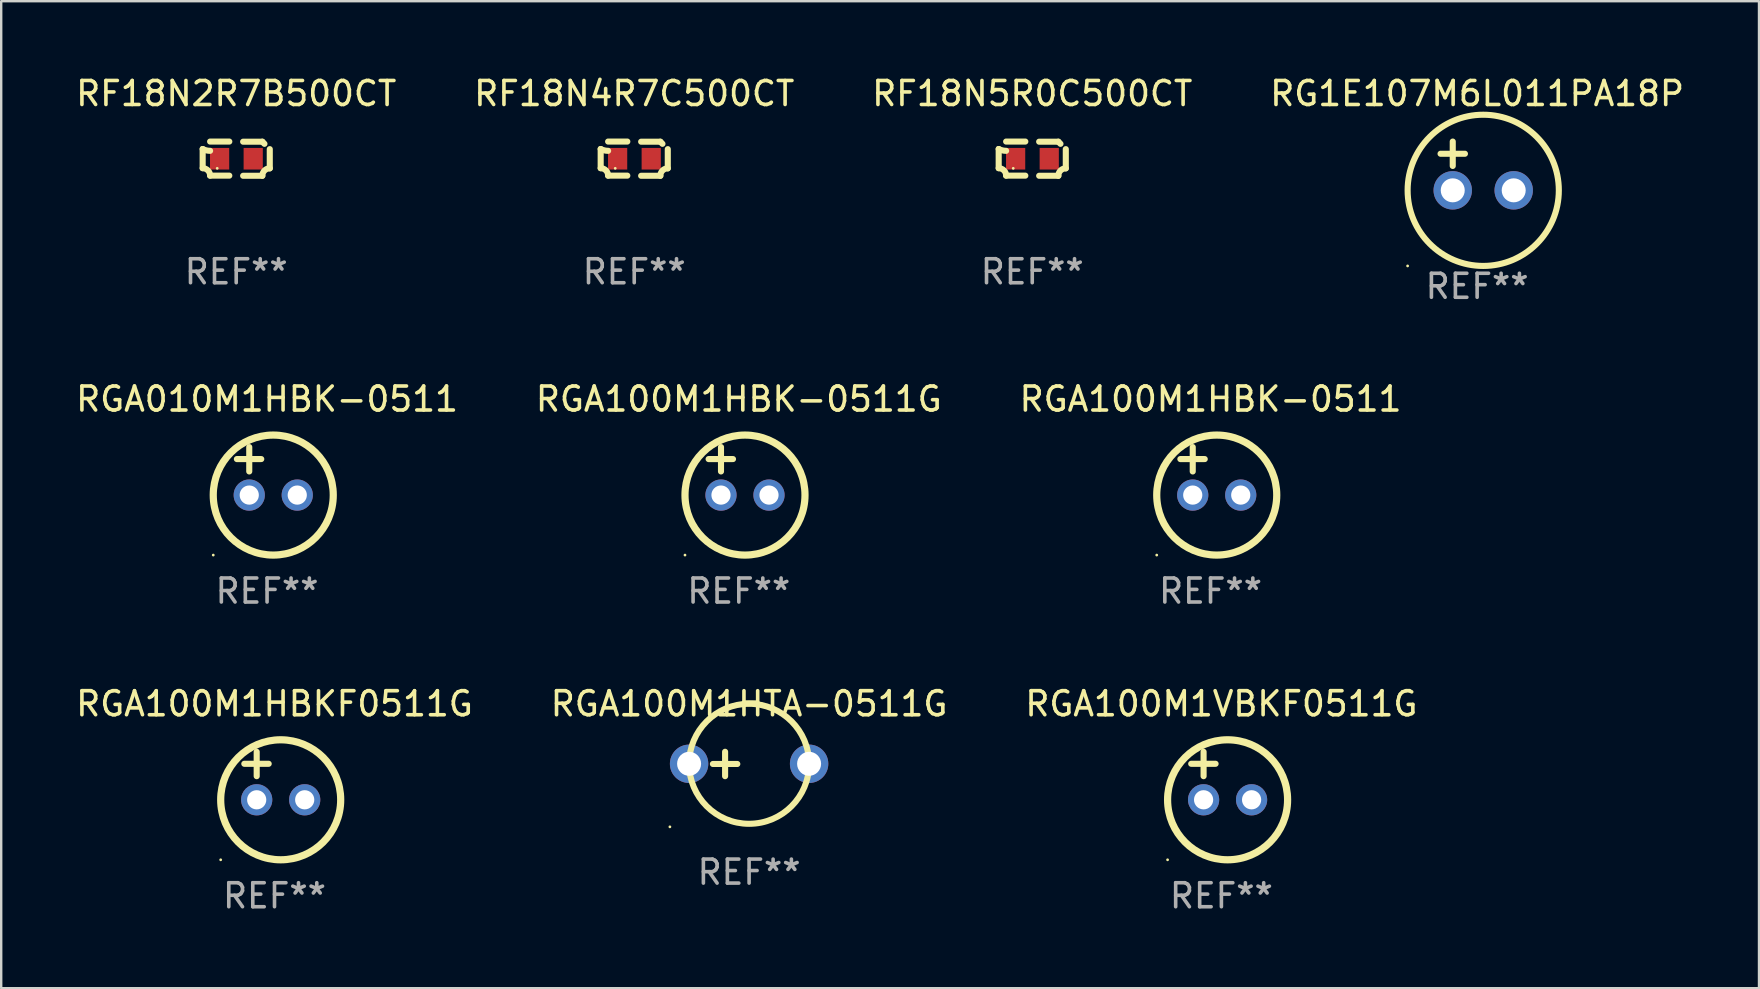
<source format=kicad_pcb>
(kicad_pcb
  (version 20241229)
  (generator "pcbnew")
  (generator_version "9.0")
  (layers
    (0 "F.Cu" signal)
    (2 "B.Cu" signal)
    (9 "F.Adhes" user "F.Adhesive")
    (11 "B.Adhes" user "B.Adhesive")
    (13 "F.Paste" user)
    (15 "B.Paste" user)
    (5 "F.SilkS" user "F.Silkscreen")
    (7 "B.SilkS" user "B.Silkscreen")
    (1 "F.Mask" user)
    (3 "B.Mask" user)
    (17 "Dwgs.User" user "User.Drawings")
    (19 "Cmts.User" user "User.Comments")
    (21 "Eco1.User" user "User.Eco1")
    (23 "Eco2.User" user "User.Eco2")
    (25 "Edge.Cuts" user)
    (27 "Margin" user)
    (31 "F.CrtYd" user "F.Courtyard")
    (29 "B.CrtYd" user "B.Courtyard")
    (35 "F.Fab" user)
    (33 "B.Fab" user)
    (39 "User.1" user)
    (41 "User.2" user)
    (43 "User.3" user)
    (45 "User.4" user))
  (footprint "RGA100M1HTA-0511G"
    (layer "F.Cu")
    (at 28.161 28.781)
    (property "Reference" "RGA100M1HTA-0511G" (at 0 -2.508 0) (layer "F.SilkS") (effects (font (size 1 1) (thickness 0.15))))
    (attr through_hole)
    (fp_line (start -1.508 0) (end -0.492 0) (stroke (width 0.254) (type solid)) (layer "F.SilkS"))
    (fp_line (start -1 -0.508) (end -1 0.508) (stroke (width 0.254) (type solid)) (layer "F.SilkS"))
    (fp_circle (center -3.3 2.619) (end -3.27 2.619) (stroke (width 0.06) (type solid)) (fill no) (layer "F.SilkS"))
    (fp_circle (center -0.000127 -0.008) (end 2.5 -0.008) (stroke (width 0.254) (type solid)) (fill no) (layer "F.SilkS"))
    (fp_text user "REF**" (at 0 4.508 0) (layer "F.Fab") (effects (font (size 1 1) (thickness 0.15))))
    (pad "1" thru_hole circle (at -2.5 -0.008) (size 1.6 1.6) (drill 1) (layers "*.Cu" "*.Mask"))
    (pad "2" thru_hole circle (at 2.5 -0.008) (size 1.6 1.6) (drill 1) (layers "*.Cu" "*.Mask")))
  (footprint "RGA100M1HBKF0511G"
    (layer "F.Cu")
    (at 8.387 29.273)
    (property "Reference" "RGA100M1HBKF0511G" (at 0 -3 0) (layer "F.SilkS") (effects (font (size 1 1) (thickness 0.15))))
    (attr through_hole)
    (fp_line (start -1.258 -0.5) (end -0.242 -0.5) (stroke (width 0.254) (type solid)) (layer "F.SilkS"))
    (fp_line (start -0.742 -1) (end -0.742 0.016) (stroke (width 0.254) (type solid)) (layer "F.SilkS"))
    (fp_circle (center -2.242 3.5) (end -2.212 3.5) (stroke (width 0.06) (type solid)) (fill no) (layer "F.SilkS"))
    (fp_circle (center 0.258 1) (end 2.758 1) (stroke (width 0.3) (type solid)) (fill no) (layer "F.SilkS"))
    (fp_text user "REF**" (at 0 5 0) (layer "F.Fab") (effects (font (size 1 1) (thickness 0.15))))
    (pad "1" thru_hole circle (at -0.742 1) (size 1.3 1.3) (drill 0.8) (layers "*.Cu" "*.Mask"))
    (pad "2" thru_hole circle (at 1.258 1) (size 1.3 1.3) (drill 0.8) (layers "*.Cu" "*.Mask")))
  (footprint "RGA100M1HBK-0511"
    (layer "F.Cu")
    (at 47.387 16.577)
    (property "Reference" "RGA100M1HBK-0511" (at 0 -3 0) (layer "F.SilkS") (effects (font (size 1 1) (thickness 0.15))))
    (attr through_hole)
    (fp_line (start -1.258 -0.5) (end -0.242 -0.5) (stroke (width 0.254) (type solid)) (layer "F.SilkS"))
    (fp_line (start -0.742 -1) (end -0.742 0.016) (stroke (width 0.254) (type solid)) (layer "F.SilkS"))
    (fp_circle (center -2.242 3.5) (end -2.212 3.5) (stroke (width 0.06) (type solid)) (fill no) (layer "F.SilkS"))
    (fp_circle (center 0.258 1) (end 2.758 1) (stroke (width 0.3) (type solid)) (fill no) (layer "F.SilkS"))
    (fp_text user "REF**" (at 0 5 0) (layer "F.Fab") (effects (font (size 1 1) (thickness 0.15))))
    (pad "1" thru_hole circle (at -0.742 1) (size 1.3 1.3) (drill 0.8) (layers "*.Cu" "*.Mask"))
    (pad "2" thru_hole circle (at 1.258 1) (size 1.3 1.3) (drill 0.8) (layers "*.Cu" "*.Mask")))
  (footprint "RF18N2R7B500CT"
    (layer "F.Cu")
    (at 6.792 3.561)
    (property "Reference" "RF18N2R7B500CT" (at 0 -2.713 0) (layer "F.SilkS") (effects (font (size 1 1) (thickness 0.15))))
    (attr through_hole)
    (fp_line (start -1.398 -0.403) (end -1.398 0.397) (stroke (width 0.254) (type solid)) (layer "F.SilkS"))
    (fp_line (start -0.288 -0.713) (end -1.088 -0.713) (stroke (width 0.254) (type solid)) (layer "F.SilkS"))
    (fp_line (start -0.288 0.707) (end -1.088 0.707) (stroke (width 0.254) (type solid)) (layer "F.SilkS"))
    (fp_line (start 0.288 -0.707) (end 1.088 -0.707) (stroke (width 0.254) (type solid)) (layer "F.SilkS"))
    (fp_line (start 0.288 0.713) (end 1.088 0.713) (stroke (width 0.254) (type solid)) (layer "F.SilkS"))
    (fp_line (start 1.398 -0.397) (end 1.398 0.403) (stroke (width 0.254) (type solid)) (layer "F.SilkS"))
    (fp_arc (start -1.397789 0.397066) (mid -1.178701 0.487826) (end -1.08796 0.706922) (stroke (width 0.254001) (type solid)) (layer "F.SilkS"))
    (fp_arc (start -1.08796 -0.327176) (mid -1.247436 -0.346384) (end -1.39779 -0.402908) (stroke (width 0.254001) (type solid)) (layer "F.SilkS"))
    (fp_arc (start 1.087909 0.712738) (mid 1.178656 0.493655) (end 1.397739 0.402908) (stroke (width 0.254001) (type solid)) (layer "F.SilkS"))
    (fp_arc (start 1.175925 -0.618926) (mid 1.131917 -0.662923) (end 1.08791 -0.706922) (stroke (width 0.254001) (type solid)) (layer "F.SilkS"))
    (fp_circle (center -0.792 0.403) (end -0.762 0.403) (stroke (width 0.06) (type solid)) (fill no) (layer "F.SilkS"))
    (fp_text user "REF**" (at 0 4.713 0) (layer "F.Fab") (effects (font (size 1 1) (thickness 0.15))))
    (pad "1" smd rect (at -0.692 0.003) (size 0.8 0.9) (layers "F.Cu" "F.Mask" "F.Paste"))
    (pad "2" smd rect (at 0.708 0.003) (size 0.8 0.9) (layers "F.Cu" "F.Mask" "F.Paste")))
  (footprint "RF18N5R0C500CT"
    (layer "F.Cu")
    (at 39.958 3.561)
    (property "Reference" "RF18N5R0C500CT" (at 0 -2.713 0) (layer "F.SilkS") (effects (font (size 1 1) (thickness 0.15))))
    (attr through_hole)
    (fp_line (start -1.398 -0.403) (end -1.398 0.397) (stroke (width 0.254) (type solid)) (layer "F.SilkS"))
    (fp_line (start -0.288 -0.713) (end -1.088 -0.713) (stroke (width 0.254) (type solid)) (layer "F.SilkS"))
    (fp_line (start -0.288 0.707) (end -1.088 0.707) (stroke (width 0.254) (type solid)) (layer "F.SilkS"))
    (fp_line (start 0.288 -0.707) (end 1.088 -0.707) (stroke (width 0.254) (type solid)) (layer "F.SilkS"))
    (fp_line (start 0.288 0.713) (end 1.088 0.713) (stroke (width 0.254) (type solid)) (layer "F.SilkS"))
    (fp_line (start 1.398 -0.397) (end 1.398 0.403) (stroke (width 0.254) (type solid)) (layer "F.SilkS"))
    (fp_arc (start -1.397789 0.397066) (mid -1.178701 0.487826) (end -1.08796 0.706922) (stroke (width 0.254001) (type solid)) (layer "F.SilkS"))
    (fp_arc (start -1.08796 -0.327176) (mid -1.247436 -0.346384) (end -1.39779 -0.402908) (stroke (width 0.254001) (type solid)) (layer "F.SilkS"))
    (fp_arc (start 1.087909 0.712738) (mid 1.178656 0.493655) (end 1.397739 0.402908) (stroke (width 0.254001) (type solid)) (layer "F.SilkS"))
    (fp_arc (start 1.175925 -0.618926) (mid 1.131917 -0.662923) (end 1.08791 -0.706922) (stroke (width 0.254001) (type solid)) (layer "F.SilkS"))
    (fp_circle (center -0.792 0.403) (end -0.762 0.403) (stroke (width 0.06) (type solid)) (fill no) (layer "F.SilkS"))
    (fp_text user "REF**" (at 0 4.713 0) (layer "F.Fab") (effects (font (size 1 1) (thickness 0.15))))
    (pad "1" smd rect (at -0.692 0.003) (size 0.8 0.9) (layers "F.Cu" "F.Mask" "F.Paste"))
    (pad "2" smd rect (at 0.708 0.003) (size 0.8 0.9) (layers "F.Cu" "F.Mask" "F.Paste")))
  (footprint "RGA100M1VBKF0511G"
    (layer "F.Cu")
    (at 47.839 29.273)
    (property "Reference" "RGA100M1VBKF0511G" (at 0 -3 0) (layer "F.SilkS") (effects (font (size 1 1) (thickness 0.15))))
    (attr through_hole)
    (fp_line (start -1.258 -0.5) (end -0.242 -0.5) (stroke (width 0.254) (type solid)) (layer "F.SilkS"))
    (fp_line (start -0.742 -1) (end -0.742 0.016) (stroke (width 0.254) (type solid)) (layer "F.SilkS"))
    (fp_circle (center -2.242 3.5) (end -2.212 3.5) (stroke (width 0.06) (type solid)) (fill no) (layer "F.SilkS"))
    (fp_circle (center 0.258 1) (end 2.758 1) (stroke (width 0.3) (type solid)) (fill no) (layer "F.SilkS"))
    (fp_text user "REF**" (at 0 5 0) (layer "F.Fab") (effects (font (size 1 1) (thickness 0.15))))
    (pad "1" thru_hole circle (at -0.742 1) (size 1.3 1.3) (drill 0.8) (layers "*.Cu" "*.Mask"))
    (pad "2" thru_hole circle (at 1.258 1) (size 1.3 1.3) (drill 0.8) (layers "*.Cu" "*.Mask")))
  (footprint "RG1E107M6L011PA18P"
    (layer "F.Cu")
    (at 58.494 3.864)
    (property "Reference" "RG1E107M6L011PA18P" (at 0 -3.016 0) (layer "F.SilkS") (effects (font (size 1 1) (thickness 0.15))))
    (attr through_hole)
    (fp_line (start -1.524 -0.508) (end -0.508 -0.508) (stroke (width 0.254) (type solid)) (layer "F.SilkS"))
    (fp_line (start -1.016 -1.016) (end -1.016 0) (stroke (width 0.254) (type solid)) (layer "F.SilkS"))
    (fp_circle (center -2.896 4.166) (end -2.866 4.166) (stroke (width 0.06) (type solid)) (fill no) (layer "F.SilkS"))
    (fp_circle (center 0.254 1.016) (end 3.404 1.016) (stroke (width 0.254) (type solid)) (fill no) (layer "F.SilkS"))
    (fp_text user "REF**" (at 0 5.016 0) (layer "F.Fab") (effects (font (size 1 1) (thickness 0.15))))
    (pad "1" thru_hole circle (at -1.016 1.016) (size 1.6 1.6) (drill 1) (layers "*.Cu" "*.Mask"))
    (pad "2" thru_hole circle (at 1.524 1.016) (size 1.6 1.6) (drill 1) (layers "*.Cu" "*.Mask")))
  (footprint "RGA010M1HBK-0511"
    (layer "F.Cu")
    (at 8.077 16.577)
    (property "Reference" "RGA010M1HBK-0511" (at 0 -3 0) (layer "F.SilkS") (effects (font (size 1 1) (thickness 0.15))))
    (attr through_hole)
    (fp_line (start -1.258 -0.5) (end -0.242 -0.5) (stroke (width 0.254) (type solid)) (layer "F.SilkS"))
    (fp_line (start -0.742 -1) (end -0.742 0.016) (stroke (width 0.254) (type solid)) (layer "F.SilkS"))
    (fp_circle (center -2.242 3.5) (end -2.212 3.5) (stroke (width 0.06) (type solid)) (fill no) (layer "F.SilkS"))
    (fp_circle (center 0.258 1) (end 2.758 1) (stroke (width 0.3) (type solid)) (fill no) (layer "F.SilkS"))
    (fp_text user "REF**" (at 0 5 0) (layer "F.Fab") (effects (font (size 1 1) (thickness 0.15))))
    (pad "1" thru_hole circle (at -0.742 1) (size 1.3 1.3) (drill 0.8) (layers "*.Cu" "*.Mask"))
    (pad "2" thru_hole circle (at 1.258 1) (size 1.3 1.3) (drill 0.8) (layers "*.Cu" "*.Mask")))
  (footprint "RF18N4R7C500CT"
    (layer "F.Cu")
    (at 23.375 3.561)
    (property "Reference" "RF18N4R7C500CT" (at 0 -2.713 0) (layer "F.SilkS") (effects (font (size 1 1) (thickness 0.15))))
    (attr through_hole)
    (fp_line (start -1.398 -0.403) (end -1.398 0.397) (stroke (width 0.254) (type solid)) (layer "F.SilkS"))
    (fp_line (start -0.288 -0.713) (end -1.088 -0.713) (stroke (width 0.254) (type solid)) (layer "F.SilkS"))
    (fp_line (start -0.288 0.707) (end -1.088 0.707) (stroke (width 0.254) (type solid)) (layer "F.SilkS"))
    (fp_line (start 0.288 -0.707) (end 1.088 -0.707) (stroke (width 0.254) (type solid)) (layer "F.SilkS"))
    (fp_line (start 0.288 0.713) (end 1.088 0.713) (stroke (width 0.254) (type solid)) (layer "F.SilkS"))
    (fp_line (start 1.398 -0.397) (end 1.398 0.403) (stroke (width 0.254) (type solid)) (layer "F.SilkS"))
    (fp_arc (start -1.397789 0.397066) (mid -1.178701 0.487826) (end -1.08796 0.706922) (stroke (width 0.254001) (type solid)) (layer "F.SilkS"))
    (fp_arc (start -1.08796 -0.327176) (mid -1.247436 -0.346384) (end -1.39779 -0.402908) (stroke (width 0.254001) (type solid)) (layer "F.SilkS"))
    (fp_arc (start 1.087909 0.712738) (mid 1.178656 0.493655) (end 1.397739 0.402908) (stroke (width 0.254001) (type solid)) (layer "F.SilkS"))
    (fp_arc (start 1.175925 -0.618926) (mid 1.131917 -0.662923) (end 1.08791 -0.706922) (stroke (width 0.254001) (type solid)) (layer "F.SilkS"))
    (fp_circle (center -0.792 0.403) (end -0.762 0.403) (stroke (width 0.06) (type solid)) (fill no) (layer "F.SilkS"))
    (fp_text user "REF**" (at 0 4.713 0) (layer "F.Fab") (effects (font (size 1 1) (thickness 0.15))))
    (pad "1" smd rect (at -0.692 0.003) (size 0.8 0.9) (layers "F.Cu" "F.Mask" "F.Paste"))
    (pad "2" smd rect (at 0.708 0.003) (size 0.8 0.9) (layers "F.Cu" "F.Mask" "F.Paste")))
  (footprint "RGA100M1HBK-0511G"
    (layer "F.Cu")
    (at 27.732 16.577)
    (property "Reference" "RGA100M1HBK-0511G" (at 0 -3 0) (layer "F.SilkS") (effects (font (size 1 1) (thickness 0.15))))
    (attr through_hole)
    (fp_line (start -1.258 -0.5) (end -0.242 -0.5) (stroke (width 0.254) (type solid)) (layer "F.SilkS"))
    (fp_line (start -0.742 -1) (end -0.742 0.016) (stroke (width 0.254) (type solid)) (layer "F.SilkS"))
    (fp_circle (center -2.242 3.5) (end -2.212 3.5) (stroke (width 0.06) (type solid)) (fill no) (layer "F.SilkS"))
    (fp_circle (center 0.258 1) (end 2.758 1) (stroke (width 0.3) (type solid)) (fill no) (layer "F.SilkS"))
    (fp_text user "REF**" (at 0 5 0) (layer "F.Fab") (effects (font (size 1 1) (thickness 0.15))))
    (pad "1" thru_hole circle (at -0.742 1) (size 1.3 1.3) (drill 0.8) (layers "*.Cu" "*.Mask"))
    (pad "2" thru_hole circle (at 1.258 1) (size 1.3 1.3) (drill 0.8) (layers "*.Cu" "*.Mask")))
  (gr_rect
    (start -3 -3)
    (end 70.238 38.122)
    (stroke (width 0.1) (type default))
    (fill no)
    (layer "Edge.Cuts")))
</source>
